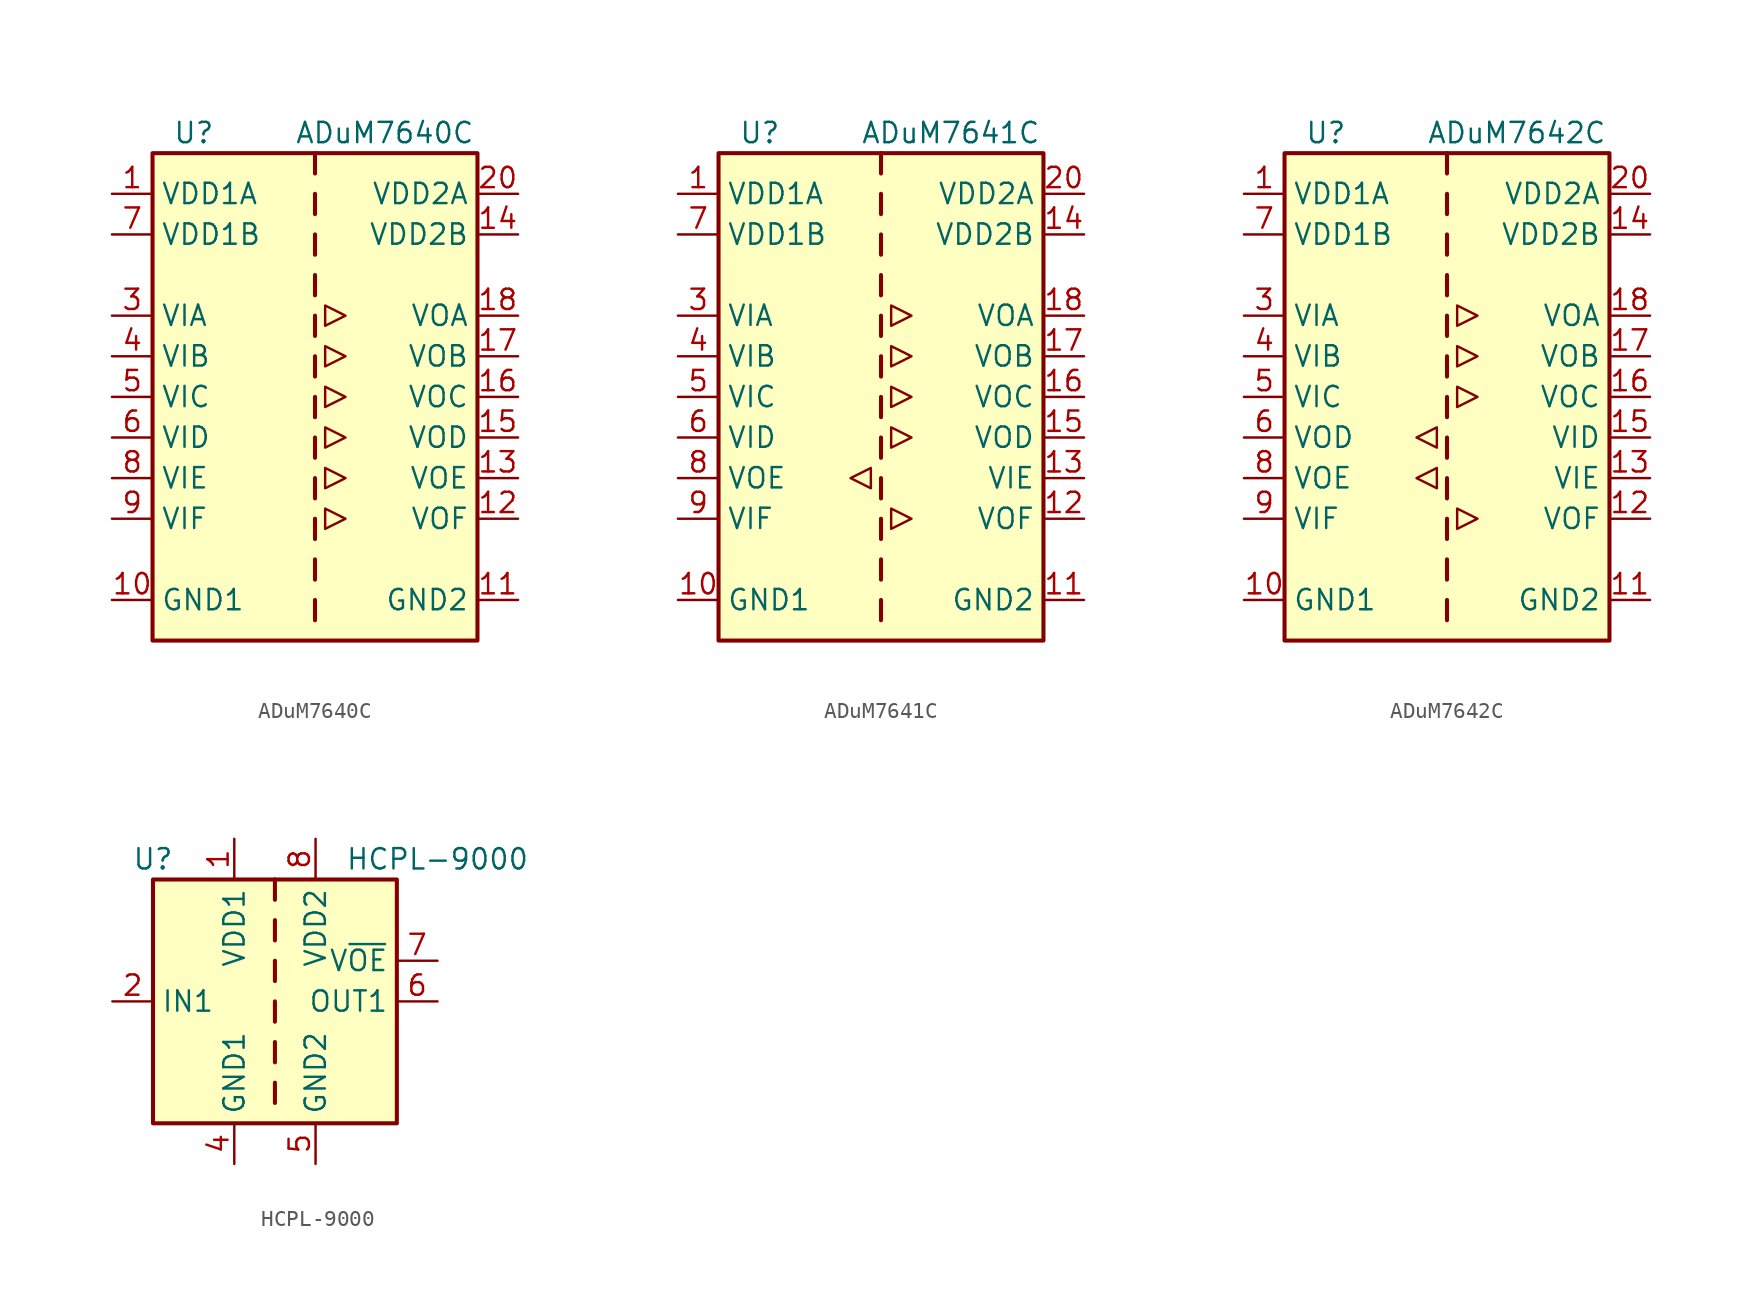
<source format=kicad_sym>
(kicad_symbol_lib
  (version 20201005)
  (generator kicad_symbol_editor)
  (symbol "Isolator_Digital:ADuM7640C"
    (property "Reference" "U"
      (at -8.89 16.51 0)
      (effects (font (size 1.27 1.27)) (justify left)))
    (property "Value" "ADuM7640C"
      (at -1.27 16.51 0)
      (effects (font (size 1.27 1.27)) (justify left)))
    (symbol "ADuM7640C_0_1"
      (polyline (pts (xy 0.635 -6.985) (xy 0.635 -8.255) (xy 1.905 -7.62) (xy 0.635 -6.985)) (stroke (width 0)) (fill (type none)))
      (polyline (pts (xy 0.635 3.175) (xy 0.635 1.905) (xy 1.905 2.54) (xy 0.635 3.175)) (stroke (width 0)) (fill (type none)))
      (polyline (pts (xy 0.635 5.715) (xy 0.635 4.445) (xy 1.905 5.08) (xy 0.635 5.715)) (stroke (width 0)) (fill (type none)))
      (polyline (pts (xy 1.905 -5.08) (xy 0.635 -4.445) (xy 0.635 -5.715) (xy 1.905 -5.08)) (stroke (width 0)) (fill (type none)))
      (polyline (pts (xy 1.905 -2.54) (xy 0.635 -1.905) (xy 0.635 -3.175) (xy 1.905 -2.54)) (stroke (width 0)) (fill (type none)))
      (polyline (pts (xy 1.905 0) (xy 0.635 -0.635) (xy 0.635 0.635) (xy 1.905 0)) (stroke (width 0)) (fill (type none))))
    (symbol "ADuM7640C_1_1"
      (rectangle (start -10.16 15.24) (end 10.16 -15.24) (stroke (width 0.254)) (fill (type background)))
      (polyline (pts (xy 0 -12.7) (xy 0 -13.97)) (stroke (width 0.254)) (fill (type none)))
      (polyline (pts (xy 0 -10.16) (xy 0 -11.43)) (stroke (width 0.254)) (fill (type none)))
      (polyline (pts (xy 0 -7.62) (xy 0 -8.89)) (stroke (width 0.254)) (fill (type none)))
      (polyline (pts (xy 0 -5.08) (xy 0 -6.35)) (stroke (width 0.254)) (fill (type none)))
      (polyline (pts (xy 0 -2.54) (xy 0 -3.81)) (stroke (width 0.254)) (fill (type none)))
      (polyline (pts (xy 0 0) (xy 0 -1.27)) (stroke (width 0.254)) (fill (type none)))
      (polyline (pts (xy 0 2.54) (xy 0 1.27)) (stroke (width 0.254)) (fill (type none)))
      (polyline (pts (xy 0 5.08) (xy 0 3.81)) (stroke (width 0.254)) (fill (type none)))
      (polyline (pts (xy 0 7.62) (xy 0 6.35)) (stroke (width 0.254)) (fill (type none)))
      (polyline (pts (xy 0 10.16) (xy 0 8.89)) (stroke (width 0.254)) (fill (type none)))
      (polyline (pts (xy 0 12.7) (xy 0 11.43)) (stroke (width 0.254)) (fill (type none)))
      (polyline (pts (xy 0 15.24) (xy 0 13.97)) (stroke (width 0.254)) (fill (type none)))
      (pin power_in line (at -12.7 12.7 0) (length 2.54) (name "VDD1A" (effects (font (size 1.27 1.27)))) (number "1" (effects (font (size 1.27 1.27)))))
      (pin power_in line (at -12.7 -12.7 0) (length 2.54) (name "GND1" (effects (font (size 1.27 1.27)))) (number "10" (effects (font (size 1.27 1.27)))))
      (pin power_in line (at 12.7 -12.7 180) (length 2.54) (name "GND2" (effects (font (size 1.27 1.27)))) (number "11" (effects (font (size 1.27 1.27)))))
      (pin output line (at 12.7 -7.62 180) (length 2.54) (name "VOF" (effects (font (size 1.27 1.27)))) (number "12" (effects (font (size 1.27 1.27)))))
      (pin output line (at 12.7 -5.08 180) (length 2.54) (name "VOE" (effects (font (size 1.27 1.27)))) (number "13" (effects (font (size 1.27 1.27)))))
      (pin power_in line (at 12.7 10.16 180) (length 2.54) (name "VDD2B" (effects (font (size 1.27 1.27)))) (number "14" (effects (font (size 1.27 1.27)))))
      (pin output line (at 12.7 -2.54 180) (length 2.54) (name "VOD" (effects (font (size 1.27 1.27)))) (number "15" (effects (font (size 1.27 1.27)))))
      (pin output line (at 12.7 0 180) (length 2.54) (name "VOC" (effects (font (size 1.27 1.27)))) (number "16" (effects (font (size 1.27 1.27)))))
      (pin output line (at 12.7 2.54 180) (length 2.54) (name "VOB" (effects (font (size 1.27 1.27)))) (number "17" (effects (font (size 1.27 1.27)))))
      (pin output line (at 12.7 5.08 180) (length 2.54) (name "VOA" (effects (font (size 1.27 1.27)))) (number "18" (effects (font (size 1.27 1.27)))))
      (pin passive line (at 12.7 -12.7 180) (length 2.54) hide (name "GND2" (effects (font (size 1.27 1.27)))) (number "19" (effects (font (size 1.27 1.27)))))
      (pin passive line (at -12.7 -12.7 0) (length 2.54) hide (name "GND1" (effects (font (size 1.27 1.27)))) (number "2" (effects (font (size 1.27 1.27)))))
      (pin power_in line (at 12.7 12.7 180) (length 2.54) (name "VDD2A" (effects (font (size 1.27 1.27)))) (number "20" (effects (font (size 1.27 1.27)))))
      (pin input line (at -12.7 5.08 0) (length 2.54) (name "VIA" (effects (font (size 1.27 1.27)))) (number "3" (effects (font (size 1.27 1.27)))))
      (pin input line (at -12.7 2.54 0) (length 2.54) (name "VIB" (effects (font (size 1.27 1.27)))) (number "4" (effects (font (size 1.27 1.27)))))
      (pin input line (at -12.7 0 0) (length 2.54) (name "VIC" (effects (font (size 1.27 1.27)))) (number "5" (effects (font (size 1.27 1.27)))))
      (pin input line (at -12.7 -2.54 0) (length 2.54) (name "VID" (effects (font (size 1.27 1.27)))) (number "6" (effects (font (size 1.27 1.27)))))
      (pin power_in line (at -12.7 10.16 0) (length 2.54) (name "VDD1B" (effects (font (size 1.27 1.27)))) (number "7" (effects (font (size 1.27 1.27)))))
      (pin input line (at -12.7 -5.08 0) (length 2.54) (name "VIE" (effects (font (size 1.27 1.27)))) (number "8" (effects (font (size 1.27 1.27)))))
      (pin input line (at -12.7 -7.62 0) (length 2.54) (name "VIF" (effects (font (size 1.27 1.27)))) (number "9" (effects (font (size 1.27 1.27)))))))
  (symbol "Isolator_Digital:ADuM7641C"
    (property "Reference" "U"
      (at -8.89 16.51 0)
      (effects (font (size 1.27 1.27)) (justify left)))
    (property "Value" "ADuM7641C"
      (at -1.27 16.51 0)
      (effects (font (size 1.27 1.27)) (justify left)))
    (symbol "ADuM7641C_0_1"
      (polyline (pts (xy -1.905 -5.08) (xy -0.635 -4.445) (xy -0.635 -5.715) (xy -1.905 -5.08)) (stroke (width 0)) (fill (type none)))
      (polyline (pts (xy 0.635 -6.985) (xy 0.635 -8.255) (xy 1.905 -7.62) (xy 0.635 -6.985)) (stroke (width 0)) (fill (type none)))
      (polyline (pts (xy 0.635 3.175) (xy 0.635 1.905) (xy 1.905 2.54) (xy 0.635 3.175)) (stroke (width 0)) (fill (type none)))
      (polyline (pts (xy 0.635 5.715) (xy 0.635 4.445) (xy 1.905 5.08) (xy 0.635 5.715)) (stroke (width 0)) (fill (type none)))
      (polyline (pts (xy 1.905 -2.54) (xy 0.635 -1.905) (xy 0.635 -3.175) (xy 1.905 -2.54)) (stroke (width 0)) (fill (type none)))
      (polyline (pts (xy 1.905 0) (xy 0.635 -0.635) (xy 0.635 0.635) (xy 1.905 0)) (stroke (width 0)) (fill (type none))))
    (symbol "ADuM7641C_1_1"
      (rectangle (start -10.16 15.24) (end 10.16 -15.24) (stroke (width 0.254)) (fill (type background)))
      (polyline (pts (xy 0 -12.7) (xy 0 -13.97)) (stroke (width 0.254)) (fill (type none)))
      (polyline (pts (xy 0 -10.16) (xy 0 -11.43)) (stroke (width 0.254)) (fill (type none)))
      (polyline (pts (xy 0 -7.62) (xy 0 -8.89)) (stroke (width 0.254)) (fill (type none)))
      (polyline (pts (xy 0 -5.08) (xy 0 -6.35)) (stroke (width 0.254)) (fill (type none)))
      (polyline (pts (xy 0 -2.54) (xy 0 -3.81)) (stroke (width 0.254)) (fill (type none)))
      (polyline (pts (xy 0 0) (xy 0 -1.27)) (stroke (width 0.254)) (fill (type none)))
      (polyline (pts (xy 0 2.54) (xy 0 1.27)) (stroke (width 0.254)) (fill (type none)))
      (polyline (pts (xy 0 5.08) (xy 0 3.81)) (stroke (width 0.254)) (fill (type none)))
      (polyline (pts (xy 0 7.62) (xy 0 6.35)) (stroke (width 0.254)) (fill (type none)))
      (polyline (pts (xy 0 10.16) (xy 0 8.89)) (stroke (width 0.254)) (fill (type none)))
      (polyline (pts (xy 0 12.7) (xy 0 11.43)) (stroke (width 0.254)) (fill (type none)))
      (polyline (pts (xy 0 15.24) (xy 0 13.97)) (stroke (width 0.254)) (fill (type none)))
      (pin power_in line (at -12.7 12.7 0) (length 2.54) (name "VDD1A" (effects (font (size 1.27 1.27)))) (number "1" (effects (font (size 1.27 1.27)))))
      (pin power_in line (at -12.7 -12.7 0) (length 2.54) (name "GND1" (effects (font (size 1.27 1.27)))) (number "10" (effects (font (size 1.27 1.27)))))
      (pin power_in line (at 12.7 -12.7 180) (length 2.54) (name "GND2" (effects (font (size 1.27 1.27)))) (number "11" (effects (font (size 1.27 1.27)))))
      (pin output line (at 12.7 -7.62 180) (length 2.54) (name "VOF" (effects (font (size 1.27 1.27)))) (number "12" (effects (font (size 1.27 1.27)))))
      (pin input line (at 12.7 -5.08 180) (length 2.54) (name "VIE" (effects (font (size 1.27 1.27)))) (number "13" (effects (font (size 1.27 1.27)))))
      (pin power_in line (at 12.7 10.16 180) (length 2.54) (name "VDD2B" (effects (font (size 1.27 1.27)))) (number "14" (effects (font (size 1.27 1.27)))))
      (pin output line (at 12.7 -2.54 180) (length 2.54) (name "VOD" (effects (font (size 1.27 1.27)))) (number "15" (effects (font (size 1.27 1.27)))))
      (pin output line (at 12.7 0 180) (length 2.54) (name "VOC" (effects (font (size 1.27 1.27)))) (number "16" (effects (font (size 1.27 1.27)))))
      (pin output line (at 12.7 2.54 180) (length 2.54) (name "VOB" (effects (font (size 1.27 1.27)))) (number "17" (effects (font (size 1.27 1.27)))))
      (pin output line (at 12.7 5.08 180) (length 2.54) (name "VOA" (effects (font (size 1.27 1.27)))) (number "18" (effects (font (size 1.27 1.27)))))
      (pin passive line (at 12.7 -12.7 180) (length 2.54) hide (name "GND2" (effects (font (size 1.27 1.27)))) (number "19" (effects (font (size 1.27 1.27)))))
      (pin passive line (at -12.7 -12.7 0) (length 2.54) hide (name "GND1" (effects (font (size 1.27 1.27)))) (number "2" (effects (font (size 1.27 1.27)))))
      (pin power_in line (at 12.7 12.7 180) (length 2.54) (name "VDD2A" (effects (font (size 1.27 1.27)))) (number "20" (effects (font (size 1.27 1.27)))))
      (pin input line (at -12.7 5.08 0) (length 2.54) (name "VIA" (effects (font (size 1.27 1.27)))) (number "3" (effects (font (size 1.27 1.27)))))
      (pin input line (at -12.7 2.54 0) (length 2.54) (name "VIB" (effects (font (size 1.27 1.27)))) (number "4" (effects (font (size 1.27 1.27)))))
      (pin input line (at -12.7 0 0) (length 2.54) (name "VIC" (effects (font (size 1.27 1.27)))) (number "5" (effects (font (size 1.27 1.27)))))
      (pin input line (at -12.7 -2.54 0) (length 2.54) (name "VID" (effects (font (size 1.27 1.27)))) (number "6" (effects (font (size 1.27 1.27)))))
      (pin power_in line (at -12.7 10.16 0) (length 2.54) (name "VDD1B" (effects (font (size 1.27 1.27)))) (number "7" (effects (font (size 1.27 1.27)))))
      (pin output line (at -12.7 -5.08 0) (length 2.54) (name "VOE" (effects (font (size 1.27 1.27)))) (number "8" (effects (font (size 1.27 1.27)))))
      (pin input line (at -12.7 -7.62 0) (length 2.54) (name "VIF" (effects (font (size 1.27 1.27)))) (number "9" (effects (font (size 1.27 1.27)))))))
  (symbol "Isolator_Digital:ADuM7642C"
    (property "Reference" "U"
      (at -8.89 16.51 0)
      (effects (font (size 1.27 1.27)) (justify left)))
    (property "Value" "ADuM7642C"
      (at -1.27 16.51 0)
      (effects (font (size 1.27 1.27)) (justify left)))
    (symbol "ADuM7642C_0_1"
      (polyline (pts (xy -1.905 -5.08) (xy -0.635 -4.445) (xy -0.635 -5.715) (xy -1.905 -5.08)) (stroke (width 0)) (fill (type none)))
      (polyline (pts (xy -1.905 -2.54) (xy -0.635 -1.905) (xy -0.635 -3.175) (xy -1.905 -2.54)) (stroke (width 0)) (fill (type none)))
      (polyline (pts (xy 0.635 -6.985) (xy 0.635 -8.255) (xy 1.905 -7.62) (xy 0.635 -6.985)) (stroke (width 0)) (fill (type none)))
      (polyline (pts (xy 0.635 3.175) (xy 0.635 1.905) (xy 1.905 2.54) (xy 0.635 3.175)) (stroke (width 0)) (fill (type none)))
      (polyline (pts (xy 0.635 5.715) (xy 0.635 4.445) (xy 1.905 5.08) (xy 0.635 5.715)) (stroke (width 0)) (fill (type none)))
      (polyline (pts (xy 1.905 0) (xy 0.635 -0.635) (xy 0.635 0.635) (xy 1.905 0)) (stroke (width 0)) (fill (type none))))
    (symbol "ADuM7642C_1_1"
      (rectangle (start -10.16 15.24) (end 10.16 -15.24) (stroke (width 0.254)) (fill (type background)))
      (polyline (pts (xy 0 -12.7) (xy 0 -13.97)) (stroke (width 0.254)) (fill (type none)))
      (polyline (pts (xy 0 -10.16) (xy 0 -11.43)) (stroke (width 0.254)) (fill (type none)))
      (polyline (pts (xy 0 -7.62) (xy 0 -8.89)) (stroke (width 0.254)) (fill (type none)))
      (polyline (pts (xy 0 -5.08) (xy 0 -6.35)) (stroke (width 0.254)) (fill (type none)))
      (polyline (pts (xy 0 -2.54) (xy 0 -3.81)) (stroke (width 0.254)) (fill (type none)))
      (polyline (pts (xy 0 0) (xy 0 -1.27)) (stroke (width 0.254)) (fill (type none)))
      (polyline (pts (xy 0 2.54) (xy 0 1.27)) (stroke (width 0.254)) (fill (type none)))
      (polyline (pts (xy 0 5.08) (xy 0 3.81)) (stroke (width 0.254)) (fill (type none)))
      (polyline (pts (xy 0 7.62) (xy 0 6.35)) (stroke (width 0.254)) (fill (type none)))
      (polyline (pts (xy 0 10.16) (xy 0 8.89)) (stroke (width 0.254)) (fill (type none)))
      (polyline (pts (xy 0 12.7) (xy 0 11.43)) (stroke (width 0.254)) (fill (type none)))
      (polyline (pts (xy 0 15.24) (xy 0 13.97)) (stroke (width 0.254)) (fill (type none)))
      (pin power_in line (at -12.7 12.7 0) (length 2.54) (name "VDD1A" (effects (font (size 1.27 1.27)))) (number "1" (effects (font (size 1.27 1.27)))))
      (pin power_in line (at -12.7 -12.7 0) (length 2.54) (name "GND1" (effects (font (size 1.27 1.27)))) (number "10" (effects (font (size 1.27 1.27)))))
      (pin power_in line (at 12.7 -12.7 180) (length 2.54) (name "GND2" (effects (font (size 1.27 1.27)))) (number "11" (effects (font (size 1.27 1.27)))))
      (pin output line (at 12.7 -7.62 180) (length 2.54) (name "VOF" (effects (font (size 1.27 1.27)))) (number "12" (effects (font (size 1.27 1.27)))))
      (pin input line (at 12.7 -5.08 180) (length 2.54) (name "VIE" (effects (font (size 1.27 1.27)))) (number "13" (effects (font (size 1.27 1.27)))))
      (pin power_in line (at 12.7 10.16 180) (length 2.54) (name "VDD2B" (effects (font (size 1.27 1.27)))) (number "14" (effects (font (size 1.27 1.27)))))
      (pin input line (at 12.7 -2.54 180) (length 2.54) (name "VID" (effects (font (size 1.27 1.27)))) (number "15" (effects (font (size 1.27 1.27)))))
      (pin output line (at 12.7 0 180) (length 2.54) (name "VOC" (effects (font (size 1.27 1.27)))) (number "16" (effects (font (size 1.27 1.27)))))
      (pin output line (at 12.7 2.54 180) (length 2.54) (name "VOB" (effects (font (size 1.27 1.27)))) (number "17" (effects (font (size 1.27 1.27)))))
      (pin output line (at 12.7 5.08 180) (length 2.54) (name "VOA" (effects (font (size 1.27 1.27)))) (number "18" (effects (font (size 1.27 1.27)))))
      (pin passive line (at 12.7 -12.7 180) (length 2.54) hide (name "GND2" (effects (font (size 1.27 1.27)))) (number "19" (effects (font (size 1.27 1.27)))))
      (pin passive line (at -12.7 -12.7 0) (length 2.54) hide (name "GND1" (effects (font (size 1.27 1.27)))) (number "2" (effects (font (size 1.27 1.27)))))
      (pin power_in line (at 12.7 12.7 180) (length 2.54) (name "VDD2A" (effects (font (size 1.27 1.27)))) (number "20" (effects (font (size 1.27 1.27)))))
      (pin input line (at -12.7 5.08 0) (length 2.54) (name "VIA" (effects (font (size 1.27 1.27)))) (number "3" (effects (font (size 1.27 1.27)))))
      (pin input line (at -12.7 2.54 0) (length 2.54) (name "VIB" (effects (font (size 1.27 1.27)))) (number "4" (effects (font (size 1.27 1.27)))))
      (pin input line (at -12.7 0 0) (length 2.54) (name "VIC" (effects (font (size 1.27 1.27)))) (number "5" (effects (font (size 1.27 1.27)))))
      (pin output line (at -12.7 -2.54 0) (length 2.54) (name "VOD" (effects (font (size 1.27 1.27)))) (number "6" (effects (font (size 1.27 1.27)))))
      (pin power_in line (at -12.7 10.16 0) (length 2.54) (name "VDD1B" (effects (font (size 1.27 1.27)))) (number "7" (effects (font (size 1.27 1.27)))))
      (pin output line (at -12.7 -5.08 0) (length 2.54) (name "VOE" (effects (font (size 1.27 1.27)))) (number "8" (effects (font (size 1.27 1.27)))))
      (pin input line (at -12.7 -7.62 0) (length 2.54) (name "VIF" (effects (font (size 1.27 1.27)))) (number "9" (effects (font (size 1.27 1.27)))))))
  (symbol "Isolator_Digital:HCPL-9000"
    (property "Reference" "U"
      (at -7.62 8.89 0)
      (effects (font (size 1.27 1.27))))
    (property "Value" "HCPL-9000"
      (at 10.16 8.89 0)
      (effects (font (size 1.27 1.27))))
    (symbol "HCPL-9000_0_1"
      (rectangle (start -7.62 7.62) (end 7.62 -7.62) (stroke (width 0.254)) (fill (type background)))
      (polyline (pts (xy 0 -6.35) (xy 0 -5.08)) (stroke (width 0.254)) (fill (type none)))
      (polyline (pts (xy 0 -3.81) (xy 0 -2.54)) (stroke (width 0.254)) (fill (type none)))
      (polyline (pts (xy 0 -1.27) (xy 0 0)) (stroke (width 0.254)) (fill (type none)))
      (polyline (pts (xy 0 1.27) (xy 0 2.54)) (stroke (width 0.254)) (fill (type none)))
      (polyline (pts (xy 0 3.81) (xy 0 5.08)) (stroke (width 0.254)) (fill (type none)))
      (polyline (pts (xy 0 6.35) (xy 0 7.62)) (stroke (width 0.254)) (fill (type none))))
    (symbol "HCPL-9000_1_1"
      (pin power_in line (at -2.54 10.16 270) (length 2.54) (name "VDD1" (effects (font (size 1.27 1.27)))) (number "1" (effects (font (size 1.27 1.27)))))
      (pin input line (at -10.16 0 0) (length 2.54) (name "IN1" (effects (font (size 1.27 1.27)))) (number "2" (effects (font (size 1.27 1.27)))))
      (pin no_connect line (at -7.62 -2.54 0) (length 2.54) hide (name "NC" (effects (font (size 1.27 1.27)))) (number "3" (effects (font (size 1.27 1.27)))))
      (pin power_in line (at -2.54 -10.16 90) (length 2.54) (name "GND1" (effects (font (size 1.27 1.27)))) (number "4" (effects (font (size 1.27 1.27)))))
      (pin power_in line (at 2.54 -10.16 90) (length 2.54) (name "GND2" (effects (font (size 1.27 1.27)))) (number "5" (effects (font (size 1.27 1.27)))))
      (pin output line (at 10.16 0 180) (length 2.54) (name "OUT1" (effects (font (size 1.27 1.27)))) (number "6" (effects (font (size 1.27 1.27)))))
      (pin input line (at 10.16 2.54 180) (length 2.54) (name "V~OE" (effects (font (size 1.27 1.27)))) (number "7" (effects (font (size 1.27 1.27)))))
      (pin power_in line (at 2.54 10.16 270) (length 2.54) (name "VDD2" (effects (font (size 1.27 1.27)))) (number "8" (effects (font (size 1.27 1.27))))))))
</source>
